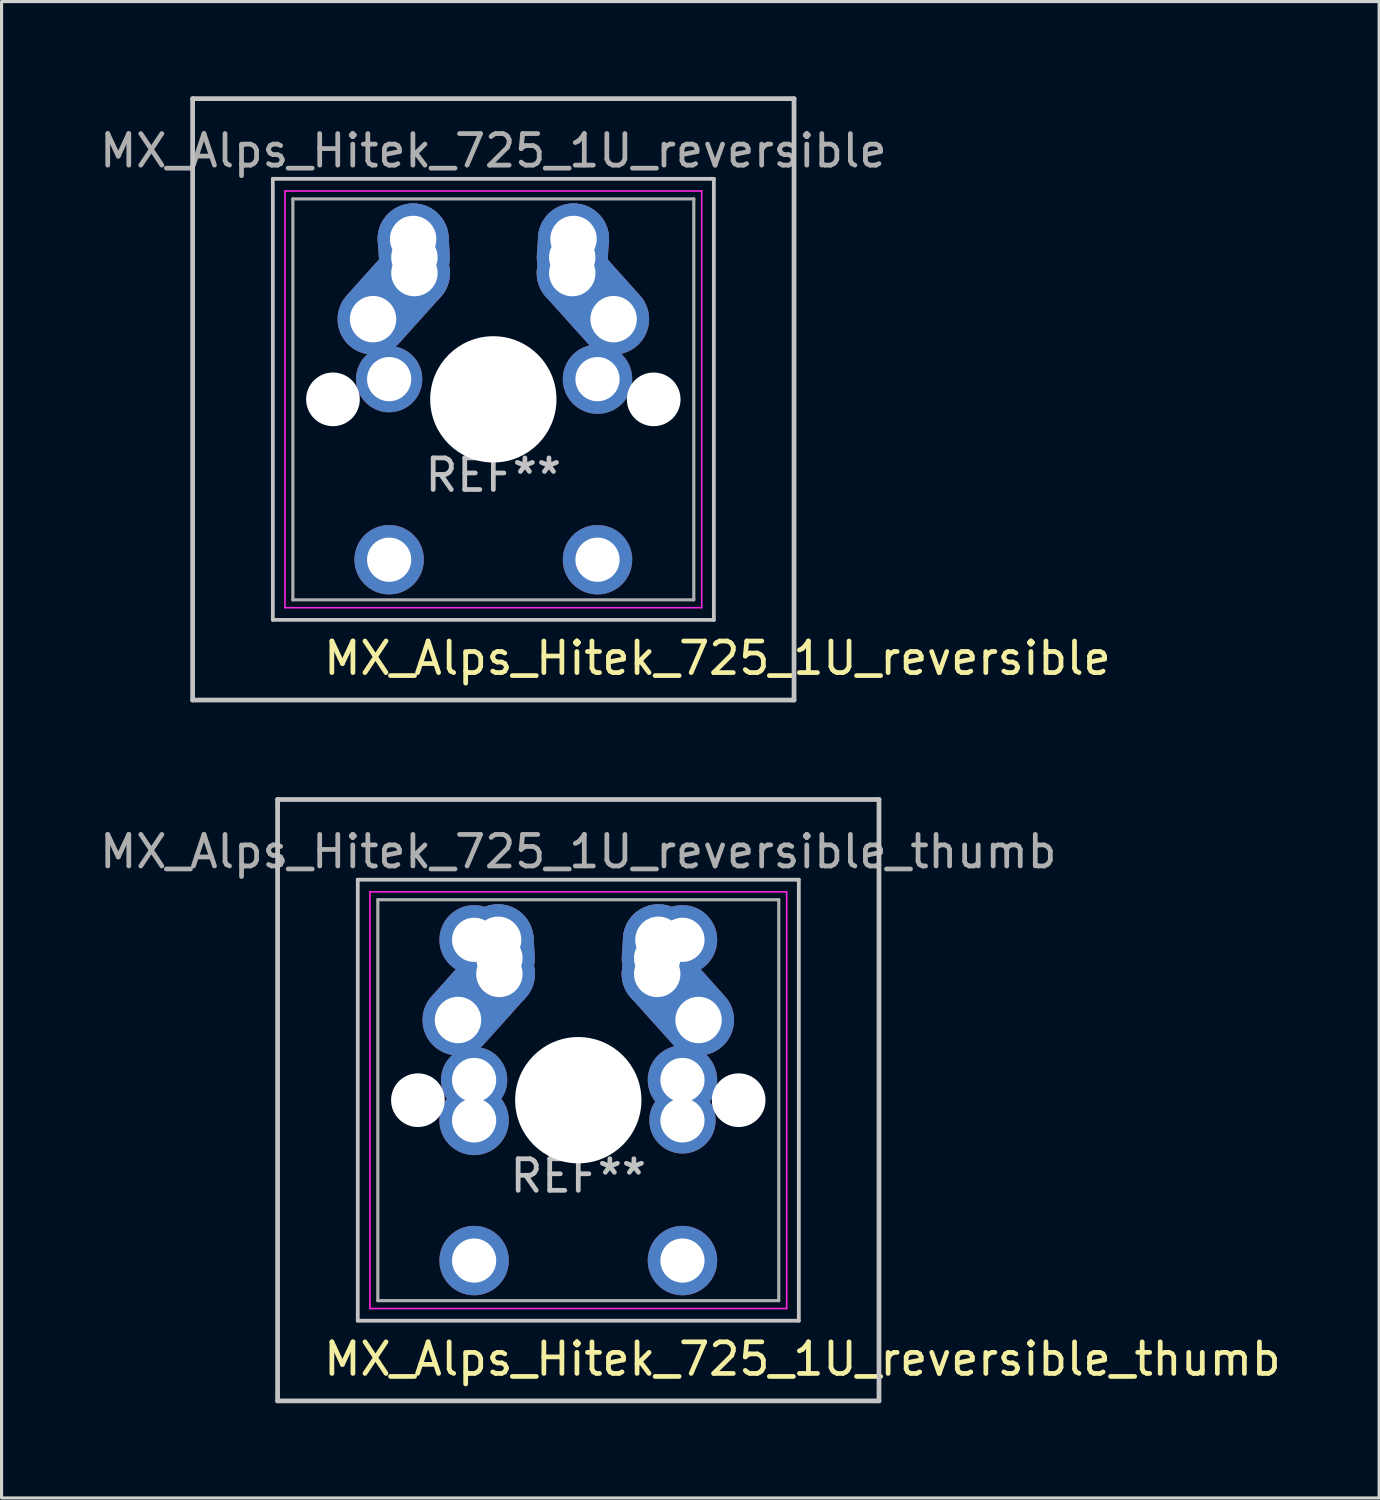
<source format=kicad_pcb>
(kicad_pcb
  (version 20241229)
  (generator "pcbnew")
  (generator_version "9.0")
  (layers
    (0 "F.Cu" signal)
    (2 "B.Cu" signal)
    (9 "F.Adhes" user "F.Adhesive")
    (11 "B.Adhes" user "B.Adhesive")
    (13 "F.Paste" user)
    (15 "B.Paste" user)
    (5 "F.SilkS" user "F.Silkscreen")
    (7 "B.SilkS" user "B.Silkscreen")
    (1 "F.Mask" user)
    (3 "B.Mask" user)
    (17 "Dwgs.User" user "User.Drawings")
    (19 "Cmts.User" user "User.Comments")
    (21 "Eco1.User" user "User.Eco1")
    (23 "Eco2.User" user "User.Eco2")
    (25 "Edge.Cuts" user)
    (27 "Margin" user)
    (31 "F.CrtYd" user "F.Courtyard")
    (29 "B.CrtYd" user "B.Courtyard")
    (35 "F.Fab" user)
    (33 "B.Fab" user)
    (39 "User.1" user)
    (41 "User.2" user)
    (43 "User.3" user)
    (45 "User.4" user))
  (footprint "MX_Alps_Hitek_725_1U_reversible_thumb"
    (layer "F.Cu")
    (at 15.268 31.8)
    (property "Reference" "MX_Alps_Hitek_725_1U_reversible_thumb" (at 7.1 8.2 180) (layer "F.SilkS") (effects (font (size 1 1) (thickness 0.15))))
    (attr through_hole)
    (fp_line (start -9.525 -9.525) (end 9.525 -9.525) (stroke (width 0.15) (type solid)) (layer "Dwgs.User"))
    (fp_line (start -9.525 9.525) (end -9.525 -9.525) (stroke (width 0.15) (type solid)) (layer "Dwgs.User"))
    (fp_line (start -6.985 -6.985) (end 6.985 -6.985) (stroke (width 0.12) (type solid)) (layer "Dwgs.User"))
    (fp_line (start -6.985 6.985) (end -6.985 -6.985) (stroke (width 0.12) (type solid)) (layer "Dwgs.User"))
    (fp_line (start 6.985 -6.985) (end 6.985 6.985) (stroke (width 0.12) (type solid)) (layer "Dwgs.User"))
    (fp_line (start 6.985 6.985) (end -6.985 6.985) (stroke (width 0.12) (type solid)) (layer "Dwgs.User"))
    (fp_line (start 9.525 -9.525) (end 9.525 9.525) (stroke (width 0.15) (type solid)) (layer "Dwgs.User"))
    (fp_line (start 9.525 9.525) (end -9.525 9.525) (stroke (width 0.15) (type solid)) (layer "Dwgs.User"))
    (fp_line (start -6.6 -6.6) (end 6.6 -6.6) (stroke (width 0.05) (type solid)) (layer "F.CrtYd"))
    (fp_line (start -6.6 6.6) (end -6.6 -6.6) (stroke (width 0.05) (type solid)) (layer "F.CrtYd"))
    (fp_line (start 6.6 -6.6) (end 6.6 6.6) (stroke (width 0.05) (type solid)) (layer "F.CrtYd"))
    (fp_line (start 6.6 6.6) (end -6.6 6.6) (stroke (width 0.05) (type solid)) (layer "F.CrtYd"))
    (fp_line (start -6.35 -6.35) (end 6.35 -6.35) (stroke (width 0.1) (type solid)) (layer "F.Fab"))
    (fp_line (start -6.35 6.35) (end -6.35 -6.35) (stroke (width 0.1) (type solid)) (layer "F.Fab"))
    (fp_line (start 6.35 -6.35) (end 6.35 6.35) (stroke (width 0.1) (type solid)) (layer "F.Fab"))
    (fp_line (start 6.35 6.35) (end -6.35 6.35) (stroke (width 0.1) (type solid)) (layer "F.Fab"))
    (fp_text user "REF**" (at 0 2.4 0) (layer "Dwgs.User") (effects (font (size 1 1) (thickness 0.15))))
    (fp_text user "${REFERENCE}" (at 0 -7.874 0) (layer "F.Fab") (effects (font (size 1 1) (thickness 0.15))))
    (pad "" np_thru_hole circle (at -5.08 0) (size 1.7 1.7) (drill 1.7) (layers "*.Cu" "*.Mask"))
    (pad "" np_thru_hole circle (at 0 0) (size 4 4) (drill 4) (layers "*.Cu" "*.Mask"))
    (pad "" np_thru_hole circle (at 5.08 0) (size 1.7 1.7) (drill 1.7) (layers "*.Cu" "*.Mask"))
    (pad "1" thru_hole oval (at 2.5 -4.5 86.1) (size 2.831 2.25) (drill 1.47 (offset 0.291 0)) (layers "*.Cu" "*.Mask"))
    (pad "1" thru_hole circle (at 2.5 -4) (size 2.25 2.25) (drill 1.47) (layers "*.Cu" "*.Mask"))
    (pad "1" thru_hole circle (at 2.54 -5.08) (size 2.25 2.25) (drill 1.47) (layers "*.Cu" "*.Mask"))
    (pad "1" thru_hole circle (at 3.3 -5.08 180) (size 2.2 2.2) (drill 1.4) (layers "*.Cu" "*.Mask"))
    (pad "1" thru_hole circle (at 3.3 -0.64) (size 2.2 2.2) (drill 1.4) (layers "*.Cu" "*.Mask"))
    (pad "1" thru_hole circle (at 3.3 0.64 180) (size 2.1 2.1) (drill 1.4) (layers "*.Cu" "*.Mask"))
    (pad "1" thru_hole circle (at 3.3 5.08) (size 2.2 2.2) (drill 1.4) (layers "*.Cu" "*.Mask"))
    (pad "1" thru_hole oval (at 3.81 -2.54 311.9) (size 4.212 2.25) (drill 1.47 (offset -0.981 0)) (layers "*.Cu" "*.Mask"))
    (pad "2" thru_hole oval (at -3.81 -2.54 48.1) (size 4.212 2.25) (drill 1.47 (offset 0.981 0)) (layers "*.Cu" "*.Mask"))
    (pad "2" thru_hole circle (at -3.3 -5.08 180) (size 2.2 2.2) (drill 1.4) (layers "*.Cu" "*.Mask"))
    (pad "2" thru_hole circle (at -3.3 -0.64) (size 2.1 2.1) (drill 1.4) (layers "*.Cu" "*.Mask"))
    (pad "2" thru_hole circle (at -3.3 0.64 180) (size 2.2 2.2) (drill 1.4) (layers "*.Cu" "*.Mask"))
    (pad "2" thru_hole circle (at -3.3 5.08) (size 2.2 2.2) (drill 1.4) (layers "*.Cu" "*.Mask"))
    (pad "2" thru_hole circle (at -2.54 -5.08) (size 2.25 2.25) (drill 1.47) (layers "*.Cu" "*.Mask"))
    (pad "2" thru_hole oval (at -2.5 -4.5 273.9) (size 2.831 2.25) (drill 1.47 (offset -0.291 0)) (layers "*.Cu" "*.Mask"))
    (pad "2" thru_hole circle (at -2.5 -4) (size 2.25 2.25) (drill 1.47) (layers "*.Cu" "*.Mask")))
  (footprint "MX_Alps_Hitek_725_1U_reversible"
    (layer "F.Cu")
    (at 12.577 9.6)
    (property "Reference" "MX_Alps_Hitek_725_1U_reversible" (at 7.1 8.2 180) (layer "F.SilkS") (effects (font (size 1 1) (thickness 0.15))))
    (attr through_hole)
    (fp_line (start -9.525 -9.525) (end 9.525 -9.525) (stroke (width 0.15) (type solid)) (layer "Dwgs.User"))
    (fp_line (start -9.525 9.525) (end -9.525 -9.525) (stroke (width 0.15) (type solid)) (layer "Dwgs.User"))
    (fp_line (start -6.985 -6.985) (end 6.985 -6.985) (stroke (width 0.12) (type solid)) (layer "Dwgs.User"))
    (fp_line (start -6.985 6.985) (end -6.985 -6.985) (stroke (width 0.12) (type solid)) (layer "Dwgs.User"))
    (fp_line (start 6.985 -6.985) (end 6.985 6.985) (stroke (width 0.12) (type solid)) (layer "Dwgs.User"))
    (fp_line (start 6.985 6.985) (end -6.985 6.985) (stroke (width 0.12) (type solid)) (layer "Dwgs.User"))
    (fp_line (start 9.525 -9.525) (end 9.525 9.525) (stroke (width 0.15) (type solid)) (layer "Dwgs.User"))
    (fp_line (start 9.525 9.525) (end -9.525 9.525) (stroke (width 0.15) (type solid)) (layer "Dwgs.User"))
    (fp_line (start -6.6 -6.6) (end 6.6 -6.6) (stroke (width 0.05) (type solid)) (layer "F.CrtYd"))
    (fp_line (start -6.6 6.6) (end -6.6 -6.6) (stroke (width 0.05) (type solid)) (layer "F.CrtYd"))
    (fp_line (start 6.6 -6.6) (end 6.6 6.6) (stroke (width 0.05) (type solid)) (layer "F.CrtYd"))
    (fp_line (start 6.6 6.6) (end -6.6 6.6) (stroke (width 0.05) (type solid)) (layer "F.CrtYd"))
    (fp_line (start -6.35 -6.35) (end 6.35 -6.35) (stroke (width 0.1) (type solid)) (layer "F.Fab"))
    (fp_line (start -6.35 6.35) (end -6.35 -6.35) (stroke (width 0.1) (type solid)) (layer "F.Fab"))
    (fp_line (start 6.35 -6.35) (end 6.35 6.35) (stroke (width 0.1) (type solid)) (layer "F.Fab"))
    (fp_line (start 6.35 6.35) (end -6.35 6.35) (stroke (width 0.1) (type solid)) (layer "F.Fab"))
    (fp_text user "REF**" (at 0 2.4 0) (layer "Dwgs.User") (effects (font (size 1 1) (thickness 0.15))))
    (fp_text user "${REFERENCE}" (at 0 -7.874 0) (layer "F.Fab") (effects (font (size 1 1) (thickness 0.15))))
    (pad "" np_thru_hole circle (at -5.08 0) (size 1.7 1.7) (drill 1.7) (layers "*.Cu" "*.Mask"))
    (pad "" np_thru_hole circle (at 0 0) (size 4 4) (drill 4) (layers "*.Cu" "*.Mask"))
    (pad "" np_thru_hole circle (at 5.08 0) (size 1.7 1.7) (drill 1.7) (layers "*.Cu" "*.Mask"))
    (pad "1" thru_hole oval (at 2.5 -4.5 86.1) (size 2.831 2.25) (drill 1.47 (offset 0.291 0)) (layers "*.Cu" "*.Mask"))
    (pad "1" thru_hole circle (at 2.5 -4) (size 2.25 2.25) (drill 1.47) (layers "*.Cu" "*.Mask"))
    (pad "1" thru_hole circle (at 2.54 -5.08) (size 2.25 2.25) (drill 1.47) (layers "*.Cu" "*.Mask"))
    (pad "1" thru_hole circle (at 3.3 -0.64) (size 2.2 2.2) (drill 1.4) (layers "*.Cu" "*.Mask"))
    (pad "1" thru_hole circle (at 3.3 5.08) (size 2.2 2.2) (drill 1.4) (layers "*.Cu" "*.Mask"))
    (pad "1" thru_hole oval (at 3.81 -2.54 311.9) (size 4.212 2.25) (drill 1.47 (offset -0.981 0)) (layers "*.Cu" "*.Mask"))
    (pad "2" thru_hole oval (at -3.81 -2.54 48.1) (size 4.212 2.25) (drill 1.47 (offset 0.981 0)) (layers "*.Cu" "*.Mask"))
    (pad "2" thru_hole circle (at -3.3 -0.64) (size 2.1 2.1) (drill 1.4) (layers "*.Cu" "*.Mask"))
    (pad "2" thru_hole circle (at -3.3 5.08) (size 2.2 2.2) (drill 1.4) (layers "*.Cu" "*.Mask"))
    (pad "2" thru_hole circle (at -2.54 -5.08) (size 2.25 2.25) (drill 1.47) (layers "*.Cu" "*.Mask"))
    (pad "2" thru_hole oval (at -2.5 -4.5 273.9) (size 2.831 2.25) (drill 1.47 (offset -0.291 0)) (layers "*.Cu" "*.Mask"))
    (pad "2" thru_hole circle (at -2.5 -4) (size 2.25 2.25) (drill 1.47) (layers "*.Cu" "*.Mask")))
  (gr_rect
    (start -3 -3)
    (end 40.636 44.4)
    (stroke (width 0.1) (type default))
    (fill no)
    (layer "Edge.Cuts")))
</source>
